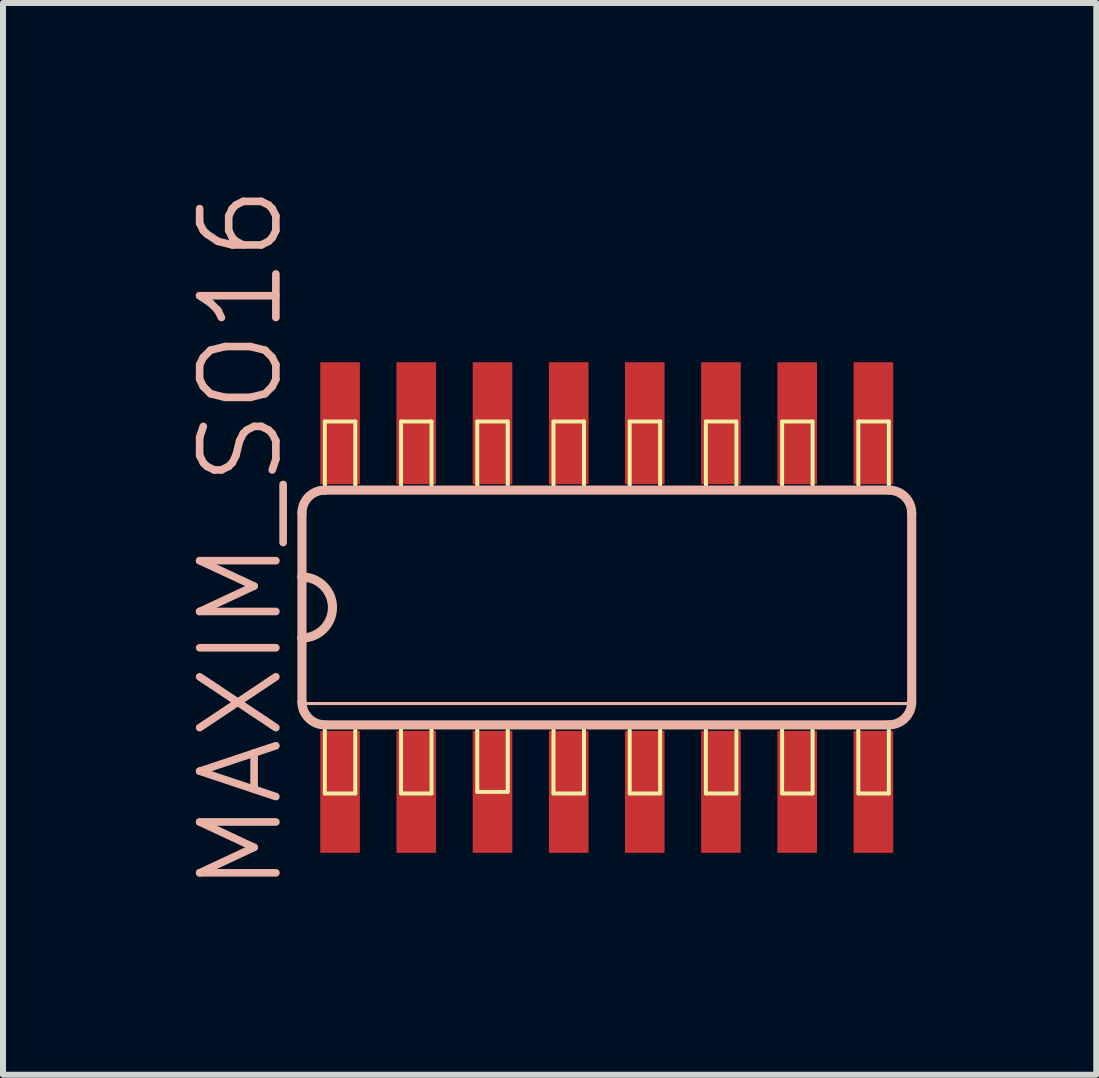
<source format=kicad_pcb>
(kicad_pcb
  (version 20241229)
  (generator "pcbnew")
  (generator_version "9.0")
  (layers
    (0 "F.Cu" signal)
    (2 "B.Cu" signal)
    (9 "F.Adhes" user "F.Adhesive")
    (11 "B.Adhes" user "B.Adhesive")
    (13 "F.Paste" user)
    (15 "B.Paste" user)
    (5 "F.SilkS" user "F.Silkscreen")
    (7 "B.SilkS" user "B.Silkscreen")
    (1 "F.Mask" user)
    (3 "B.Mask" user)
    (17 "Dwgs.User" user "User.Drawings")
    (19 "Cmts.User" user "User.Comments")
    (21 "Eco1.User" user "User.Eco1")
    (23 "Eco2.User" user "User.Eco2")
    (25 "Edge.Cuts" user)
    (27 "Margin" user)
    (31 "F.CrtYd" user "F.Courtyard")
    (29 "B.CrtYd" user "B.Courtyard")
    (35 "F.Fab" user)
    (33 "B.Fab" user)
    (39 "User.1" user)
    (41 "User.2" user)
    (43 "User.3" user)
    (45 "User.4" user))
  (footprint "MAXIM_SO16"
    (layer "F.Cu")
    (at 7.062 7.073)
    (property "Reference" "MAXIM_SO16" (at -6.096 -1.143 90) (layer "B.SilkS") (effects (font (size 1.27 1.27) (thickness 0.127))))
    (attr smd)
    (fp_line (start -4.699 -3.099) (end -4.191 -3.099) (stroke (width 0.066) (type solid)) (layer "F.SilkS"))
    (fp_line (start -4.699 -1.956) (end -4.699 -3.099) (stroke (width 0.066) (type solid)) (layer "F.SilkS"))
    (fp_line (start -4.699 -1.956) (end -4.191 -1.956) (stroke (width 0.066) (type solid)) (layer "F.SilkS"))
    (fp_line (start -4.699 1.956) (end -4.191 1.956) (stroke (width 0.066) (type solid)) (layer "F.SilkS"))
    (fp_line (start -4.699 3.099) (end -4.699 1.956) (stroke (width 0.066) (type solid)) (layer "F.SilkS"))
    (fp_line (start -4.699 3.099) (end -4.191 3.099) (stroke (width 0.066) (type solid)) (layer "F.SilkS"))
    (fp_line (start -4.191 -1.956) (end -4.191 -3.099) (stroke (width 0.066) (type solid)) (layer "F.SilkS"))
    (fp_line (start -4.191 3.099) (end -4.191 1.956) (stroke (width 0.066) (type solid)) (layer "F.SilkS"))
    (fp_line (start -3.429 -3.099) (end -2.921 -3.099) (stroke (width 0.066) (type solid)) (layer "F.SilkS"))
    (fp_line (start -3.429 -1.956) (end -3.429 -3.099) (stroke (width 0.066) (type solid)) (layer "F.SilkS"))
    (fp_line (start -3.429 -1.956) (end -2.921 -1.956) (stroke (width 0.066) (type solid)) (layer "F.SilkS"))
    (fp_line (start -3.429 1.956) (end -2.921 1.956) (stroke (width 0.066) (type solid)) (layer "F.SilkS"))
    (fp_line (start -3.429 3.099) (end -3.429 1.956) (stroke (width 0.066) (type solid)) (layer "F.SilkS"))
    (fp_line (start -3.429 3.099) (end -2.921 3.099) (stroke (width 0.066) (type solid)) (layer "F.SilkS"))
    (fp_line (start -2.921 -1.956) (end -2.921 -3.099) (stroke (width 0.066) (type solid)) (layer "F.SilkS"))
    (fp_line (start -2.921 3.099) (end -2.921 1.956) (stroke (width 0.066) (type solid)) (layer "F.SilkS"))
    (fp_line (start -2.159 -3.099) (end -1.651 -3.099) (stroke (width 0.066) (type solid)) (layer "F.SilkS"))
    (fp_line (start -2.159 -1.956) (end -2.159 -3.099) (stroke (width 0.066) (type solid)) (layer "F.SilkS"))
    (fp_line (start -2.159 -1.956) (end -1.651 -1.956) (stroke (width 0.066) (type solid)) (layer "F.SilkS"))
    (fp_line (start -2.159 1.93) (end -1.651 1.93) (stroke (width 0.066) (type solid)) (layer "F.SilkS"))
    (fp_line (start -2.159 3.073) (end -2.159 1.93) (stroke (width 0.066) (type solid)) (layer "F.SilkS"))
    (fp_line (start -2.159 3.073) (end -1.651 3.073) (stroke (width 0.066) (type solid)) (layer "F.SilkS"))
    (fp_line (start -1.651 -1.956) (end -1.651 -3.099) (stroke (width 0.066) (type solid)) (layer "F.SilkS"))
    (fp_line (start -1.651 3.073) (end -1.651 1.93) (stroke (width 0.066) (type solid)) (layer "F.SilkS"))
    (fp_line (start -0.889 -3.099) (end -0.381 -3.099) (stroke (width 0.066) (type solid)) (layer "F.SilkS"))
    (fp_line (start -0.889 -1.956) (end -0.889 -3.099) (stroke (width 0.066) (type solid)) (layer "F.SilkS"))
    (fp_line (start -0.889 -1.956) (end -0.381 -1.956) (stroke (width 0.066) (type solid)) (layer "F.SilkS"))
    (fp_line (start -0.889 1.956) (end -0.381 1.956) (stroke (width 0.066) (type solid)) (layer "F.SilkS"))
    (fp_line (start -0.889 3.099) (end -0.889 1.956) (stroke (width 0.066) (type solid)) (layer "F.SilkS"))
    (fp_line (start -0.889 3.099) (end -0.381 3.099) (stroke (width 0.066) (type solid)) (layer "F.SilkS"))
    (fp_line (start -0.381 -1.956) (end -0.381 -3.099) (stroke (width 0.066) (type solid)) (layer "F.SilkS"))
    (fp_line (start -0.381 3.099) (end -0.381 1.956) (stroke (width 0.066) (type solid)) (layer "F.SilkS"))
    (fp_line (start 0.381 -3.099) (end 0.889 -3.099) (stroke (width 0.066) (type solid)) (layer "F.SilkS"))
    (fp_line (start 0.381 -1.956) (end 0.381 -3.099) (stroke (width 0.066) (type solid)) (layer "F.SilkS"))
    (fp_line (start 0.381 -1.956) (end 0.889 -1.956) (stroke (width 0.066) (type solid)) (layer "F.SilkS"))
    (fp_line (start 0.381 1.956) (end 0.889 1.956) (stroke (width 0.066) (type solid)) (layer "F.SilkS"))
    (fp_line (start 0.381 3.099) (end 0.381 1.956) (stroke (width 0.066) (type solid)) (layer "F.SilkS"))
    (fp_line (start 0.381 3.099) (end 0.889 3.099) (stroke (width 0.066) (type solid)) (layer "F.SilkS"))
    (fp_line (start 0.889 -1.956) (end 0.889 -3.099) (stroke (width 0.066) (type solid)) (layer "F.SilkS"))
    (fp_line (start 0.889 3.099) (end 0.889 1.956) (stroke (width 0.066) (type solid)) (layer "F.SilkS"))
    (fp_line (start 1.651 -3.099) (end 2.159 -3.099) (stroke (width 0.066) (type solid)) (layer "F.SilkS"))
    (fp_line (start 1.651 -1.956) (end 1.651 -3.099) (stroke (width 0.066) (type solid)) (layer "F.SilkS"))
    (fp_line (start 1.651 -1.956) (end 2.159 -1.956) (stroke (width 0.066) (type solid)) (layer "F.SilkS"))
    (fp_line (start 1.651 1.956) (end 2.159 1.956) (stroke (width 0.066) (type solid)) (layer "F.SilkS"))
    (fp_line (start 1.651 3.099) (end 1.651 1.956) (stroke (width 0.066) (type solid)) (layer "F.SilkS"))
    (fp_line (start 1.651 3.099) (end 2.159 3.099) (stroke (width 0.066) (type solid)) (layer "F.SilkS"))
    (fp_line (start 2.159 -1.956) (end 2.159 -3.099) (stroke (width 0.066) (type solid)) (layer "F.SilkS"))
    (fp_line (start 2.159 3.099) (end 2.159 1.956) (stroke (width 0.066) (type solid)) (layer "F.SilkS"))
    (fp_line (start 2.921 -3.099) (end 3.429 -3.099) (stroke (width 0.066) (type solid)) (layer "F.SilkS"))
    (fp_line (start 2.921 -1.956) (end 2.921 -3.099) (stroke (width 0.066) (type solid)) (layer "F.SilkS"))
    (fp_line (start 2.921 -1.956) (end 3.429 -1.956) (stroke (width 0.066) (type solid)) (layer "F.SilkS"))
    (fp_line (start 2.921 1.956) (end 3.429 1.956) (stroke (width 0.066) (type solid)) (layer "F.SilkS"))
    (fp_line (start 2.921 3.099) (end 2.921 1.956) (stroke (width 0.066) (type solid)) (layer "F.SilkS"))
    (fp_line (start 2.921 3.099) (end 3.429 3.099) (stroke (width 0.066) (type solid)) (layer "F.SilkS"))
    (fp_line (start 3.429 -1.956) (end 3.429 -3.099) (stroke (width 0.066) (type solid)) (layer "F.SilkS"))
    (fp_line (start 3.429 3.099) (end 3.429 1.956) (stroke (width 0.066) (type solid)) (layer "F.SilkS"))
    (fp_line (start 4.191 -3.099) (end 4.699 -3.099) (stroke (width 0.066) (type solid)) (layer "F.SilkS"))
    (fp_line (start 4.191 -1.956) (end 4.191 -3.099) (stroke (width 0.066) (type solid)) (layer "F.SilkS"))
    (fp_line (start 4.191 -1.956) (end 4.699 -1.956) (stroke (width 0.066) (type solid)) (layer "F.SilkS"))
    (fp_line (start 4.191 1.956) (end 4.699 1.956) (stroke (width 0.066) (type solid)) (layer "F.SilkS"))
    (fp_line (start 4.191 3.099) (end 4.191 1.956) (stroke (width 0.066) (type solid)) (layer "F.SilkS"))
    (fp_line (start 4.191 3.099) (end 4.699 3.099) (stroke (width 0.066) (type solid)) (layer "F.SilkS"))
    (fp_line (start 4.699 -1.956) (end 4.699 -3.099) (stroke (width 0.066) (type solid)) (layer "F.SilkS"))
    (fp_line (start 4.699 3.099) (end 4.699 1.956) (stroke (width 0.066) (type solid)) (layer "F.SilkS"))
    (fp_line (start -5.08 -1.575) (end -5.08 -0.508) (stroke (width 0.152) (type solid)) (layer "B.SilkS"))
    (fp_line (start -5.08 -0.508) (end -5.08 0.508) (stroke (width 0.152) (type solid)) (layer "B.SilkS"))
    (fp_line (start -5.08 0.508) (end -5.08 1.575) (stroke (width 0.152) (type solid)) (layer "B.SilkS"))
    (fp_line (start -5.08 1.6) (end 5.08 1.6) (stroke (width 0.051) (type solid)) (layer "B.SilkS"))
    (fp_line (start -4.699 1.956) (end 4.699 1.956) (stroke (width 0.152) (type solid)) (layer "B.SilkS"))
    (fp_line (start 4.699 -1.956) (end -4.699 -1.956) (stroke (width 0.152) (type solid)) (layer "B.SilkS"))
    (fp_line (start 5.08 1.575) (end 5.08 -1.575) (stroke (width 0.152) (type solid)) (layer "B.SilkS"))
    (fp_arc (start -5.08 -1.5748) (mid -4.968408 -1.844208) (end -4.699 -1.9558) (stroke (width 0.1524) (type solid)) (layer "B.SilkS"))
    (fp_arc (start -5.08 -0.508) (mid -4.572 0) (end -5.08 0.508) (stroke (width 0.1524) (type solid)) (layer "B.SilkS"))
    (fp_arc (start -4.699 1.9558) (mid -4.968408 1.844208) (end -5.08 1.5748) (stroke (width 0.1524) (type solid)) (layer "B.SilkS"))
    (fp_arc (start 4.699 -1.9558) (mid 4.968408 -1.844208) (end 5.08 -1.5748) (stroke (width 0.1524) (type solid)) (layer "B.SilkS"))
    (fp_arc (start 5.08 1.5748) (mid 4.968408 1.844208) (end 4.699 1.9558) (stroke (width 0.1524) (type solid)) (layer "B.SilkS"))
    (pad "1" smd rect (at -4.445 3.073) (size 0.66 2.032) (layers "F.Cu" "F.Mask" "F.Paste"))
    (pad "2" smd rect (at -3.175 3.073) (size 0.66 2.032) (layers "F.Cu" "F.Mask" "F.Paste"))
    (pad "3" smd rect (at -1.905 3.073) (size 0.66 2.032) (layers "F.Cu" "F.Mask" "F.Paste"))
    (pad "4" smd rect (at -0.635 3.073) (size 0.66 2.032) (layers "F.Cu" "F.Mask" "F.Paste"))
    (pad "5" smd rect (at 0.632 3.073) (size 0.66 2.032) (layers "F.Cu" "F.Mask" "F.Paste"))
    (pad "6" smd rect (at 1.902 3.073) (size 0.66 2.032) (layers "F.Cu" "F.Mask" "F.Paste"))
    (pad "7" smd rect (at 3.172 3.073) (size 0.66 2.032) (layers "F.Cu" "F.Mask" "F.Paste"))
    (pad "8" smd rect (at 4.442 3.073) (size 0.66 2.032) (layers "F.Cu" "F.Mask" "F.Paste"))
    (pad "9" smd rect (at 4.442 -3.071) (size 0.66 2.032) (layers "F.Cu" "F.Mask" "F.Paste"))
    (pad "10" smd rect (at 3.172 -3.071) (size 0.66 2.032) (layers "F.Cu" "F.Mask" "F.Paste"))
    (pad "11" smd rect (at 1.902 -3.071) (size 0.66 2.032) (layers "F.Cu" "F.Mask" "F.Paste"))
    (pad "12" smd rect (at 0.632 -3.071) (size 0.66 2.032) (layers "F.Cu" "F.Mask" "F.Paste"))
    (pad "13" smd rect (at -0.635 -3.071) (size 0.66 2.032) (layers "F.Cu" "F.Mask" "F.Paste"))
    (pad "14" smd rect (at -1.905 -3.071) (size 0.66 2.032) (layers "F.Cu" "F.Mask" "F.Paste"))
    (pad "15" smd rect (at -3.175 -3.071) (size 0.66 2.032) (layers "F.Cu" "F.Mask" "F.Paste"))
    (pad "16" smd rect (at -4.445 -3.071) (size 0.66 2.032) (layers "F.Cu" "F.Mask" "F.Paste")))
  (gr_rect
    (start -3 -3)
    (end 15.218 14.859)
    (stroke (width 0.1) (type default))
    (fill no)
    (layer "Edge.Cuts")))
</source>
